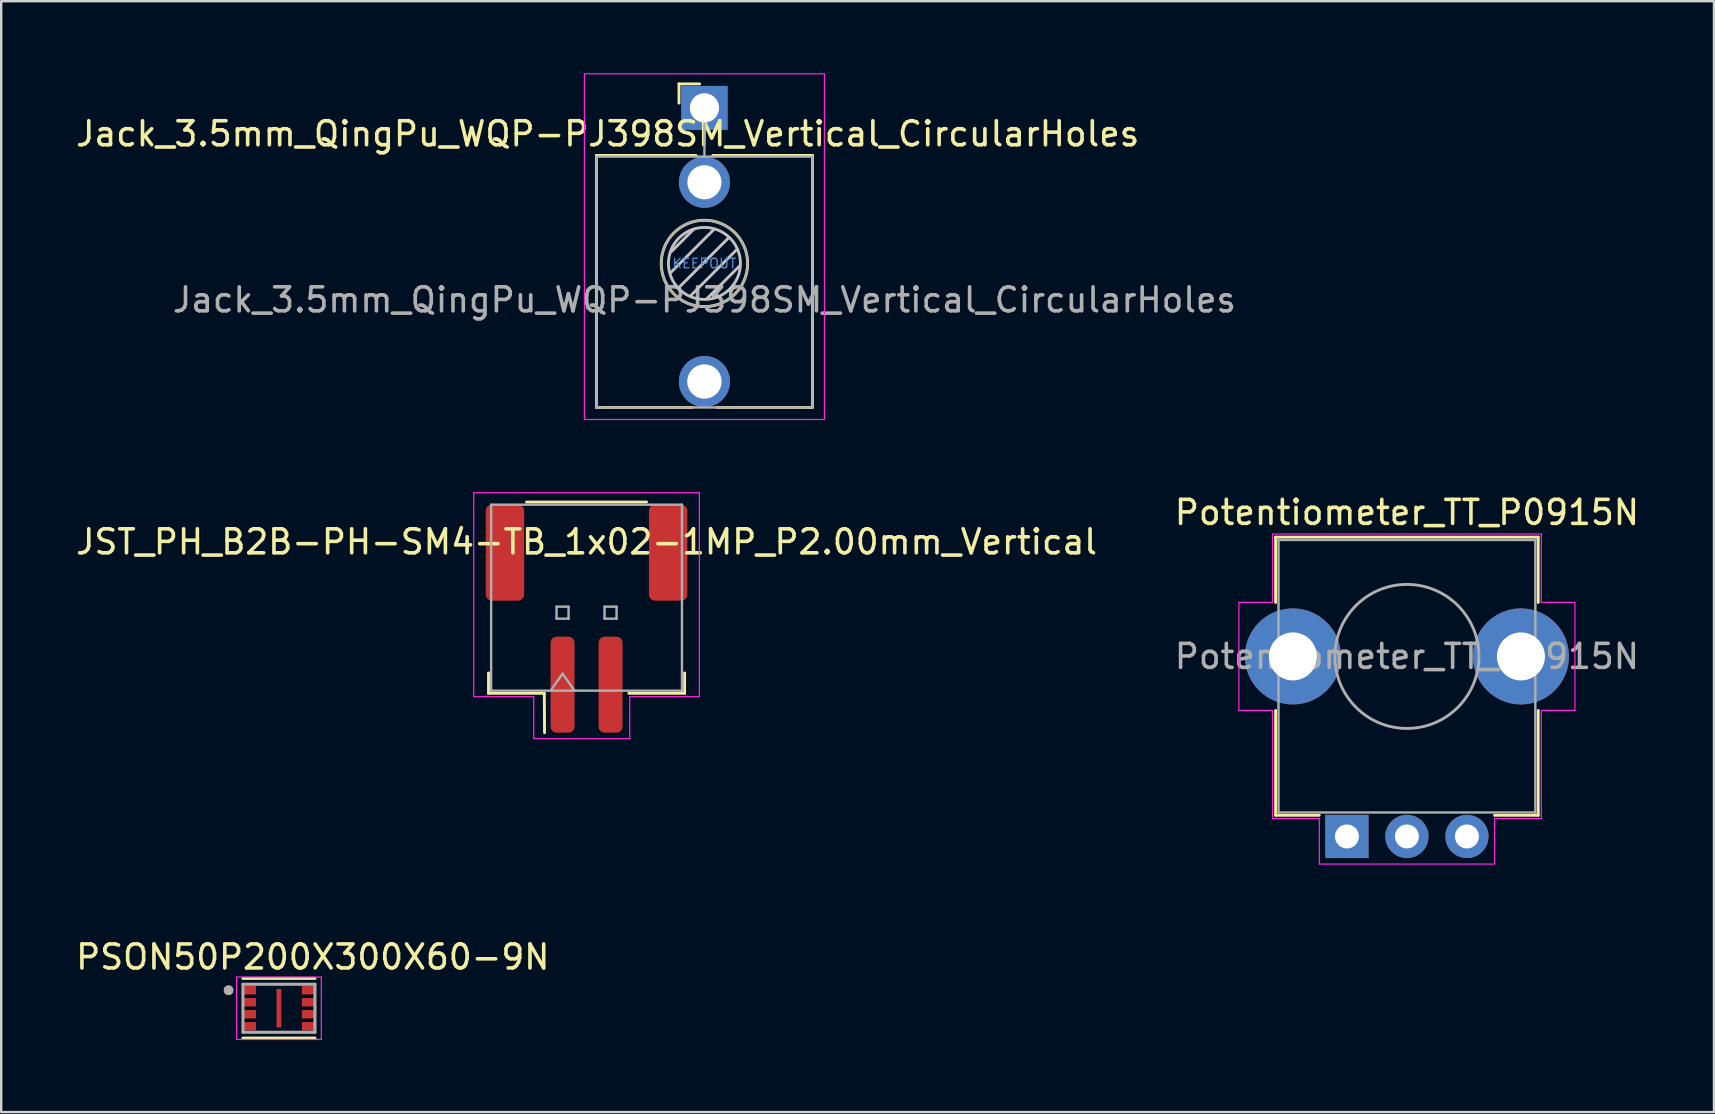
<source format=kicad_pcb>
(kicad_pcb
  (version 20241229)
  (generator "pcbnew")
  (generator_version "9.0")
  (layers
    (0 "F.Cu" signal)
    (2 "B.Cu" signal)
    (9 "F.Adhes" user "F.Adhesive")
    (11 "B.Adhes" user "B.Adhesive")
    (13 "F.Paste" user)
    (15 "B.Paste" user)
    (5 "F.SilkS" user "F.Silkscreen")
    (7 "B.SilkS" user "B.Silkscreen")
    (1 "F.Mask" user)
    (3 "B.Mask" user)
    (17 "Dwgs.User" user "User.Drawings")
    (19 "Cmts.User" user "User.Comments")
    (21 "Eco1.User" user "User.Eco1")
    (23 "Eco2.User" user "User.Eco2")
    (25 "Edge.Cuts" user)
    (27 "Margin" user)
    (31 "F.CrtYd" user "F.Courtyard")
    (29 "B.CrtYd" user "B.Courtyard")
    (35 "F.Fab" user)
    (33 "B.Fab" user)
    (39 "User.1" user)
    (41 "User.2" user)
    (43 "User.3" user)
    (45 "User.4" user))
  (footprint "Jack_3.5mm_QingPu_WQP-PJ398SM_Vertical_CircularHoles"
    (layer "F.Cu")
    (at 26.298 7.925)
    (property "Reference" "Jack_3.5mm_QingPu_WQP-PJ398SM_Vertical_CircularHoles" (at -4.03 -5.4 180) (layer "F.SilkS") (effects (font (size 1 1) (thickness 0.15))))
    (attr through_hole)
    (fp_line (start -4.5 -4.5) (end -4.5 6) (stroke (width 0.12) (type solid)) (layer "F.SilkS"))
    (fp_line (start -1.06 -7.48) (end -1.06 -6.68) (stroke (width 0.12) (type solid)) (layer "F.SilkS"))
    (fp_line (start -1.06 -7.48) (end -0.2 -7.48) (stroke (width 0.12) (type solid)) (layer "F.SilkS"))
    (fp_line (start -0.5 6) (end -4.5 6) (stroke (width 0.12) (type solid)) (layer "F.SilkS"))
    (fp_line (start -0.35 -4.5) (end -4.5 -4.5) (stroke (width 0.12) (type solid)) (layer "F.SilkS"))
    (fp_line (start 4.5 -4.5) (end 0.35 -4.5) (stroke (width 0.12) (type solid)) (layer "F.SilkS"))
    (fp_line (start 4.5 -4.5) (end 4.5 6) (stroke (width 0.12) (type solid)) (layer "F.SilkS"))
    (fp_line (start 4.5 6) (end 0.5 6) (stroke (width 0.12) (type solid)) (layer "F.SilkS"))
    (fp_circle (center 0 0) (end 1.8 0) (stroke (width 0.12) (type solid)) (fill no) (layer "F.SilkS"))
    (fp_line (start -1.42 0.395) (end 0.4 -1.42) (stroke (width 0.12) (type solid)) (layer "Dwgs.User"))
    (fp_line (start -1.41 -0.46) (end -0.46 -1.41) (stroke (width 0.12) (type solid)) (layer "Dwgs.User"))
    (fp_line (start -1.07 1.01) (end 1.01 -1.07) (stroke (width 0.12) (type solid)) (layer "Dwgs.User"))
    (fp_line (start -0.58 1.35) (end 1.36 -0.59) (stroke (width 0.12) (type solid)) (layer "Dwgs.User"))
    (fp_line (start 0.09 1.48) (end 1.48 0.09) (stroke (width 0.12) (type solid)) (layer "Dwgs.User"))
    (fp_circle (center 0 0) (end 1.5 0) (stroke (width 0.12) (type solid)) (fill no) (layer "Dwgs.User"))
    (fp_line (start -5 6.5) (end -5 -7.9) (stroke (width 0.05) (type solid)) (layer "F.CrtYd"))
    (fp_line (start 5 -7.9) (end -5 -7.9) (stroke (width 0.05) (type solid)) (layer "F.CrtYd"))
    (fp_line (start 5 6.5) (end -5 6.5) (stroke (width 0.05) (type solid)) (layer "F.CrtYd"))
    (fp_line (start 5 6.5) (end 5 -7.9) (stroke (width 0.05) (type solid)) (layer "F.CrtYd"))
    (fp_line (start -4.5 6) (end -4.5 -4.4) (stroke (width 0.1) (type solid)) (layer "F.Fab"))
    (fp_line (start 0 -6.48) (end 0 -4.45) (stroke (width 0.1) (type solid)) (layer "F.Fab"))
    (fp_line (start 4.5 -4.45) (end -4.5 -4.45) (stroke (width 0.1) (type solid)) (layer "F.Fab"))
    (fp_line (start 4.5 6) (end -4.5 6) (stroke (width 0.1) (type solid)) (layer "F.Fab"))
    (fp_line (start 4.5 6) (end 4.5 -4.4) (stroke (width 0.1) (type solid)) (layer "F.Fab"))
    (fp_circle (center 0 0) (end 1.8 0) (stroke (width 0.1) (type solid)) (fill no) (layer "F.Fab"))
    (fp_text user "KEEPOUT" (at 0 0 0) (layer "Cmts.User") (effects (font (size 0.4 0.4) (thickness 0.051))))
    (fp_text user "${REFERENCE}" (at 0 1.52 180) (layer "F.Fab") (effects (font (size 1 1) (thickness 0.15))))
    (pad "S" thru_hole rect (at 0 -6.48 180) (size 1.93 1.83) (drill 1.22) (layers "*.Cu" "*.Mask"))
    (pad "T" thru_hole circle (at 0 4.92 180) (size 2.13 2.13) (drill 1.43) (layers "*.Cu" "*.Mask"))
    (pad "TN" thru_hole circle (at 0 -3.38 180) (size 2.13 2.13) (drill 1.42) (layers "*.Cu" "*.Mask")))
  (footprint "PSON50P200X300X60-9N"
    (layer "F.Cu")
    (at 8.572 38.956)
    (property "Reference" "PSON50P200X300X60-9N" (at 1.41 -2.135 0) (layer "F.SilkS") (effects (font (size 1 1) (thickness 0.15))))
    (attr through_hole)
    (fp_line (start -1.5 -1.245) (end 1.5 -1.245) (stroke (width 0.127) (type solid)) (layer "F.SilkS"))
    (fp_line (start 1.5 1.245) (end -1.5 1.245) (stroke (width 0.127) (type solid)) (layer "F.SilkS"))
    (fp_circle (center -2.1 -0.75) (end -2 -0.75) (stroke (width 0.2) (type solid)) (fill no) (layer "F.SilkS"))
    (fp_poly (pts (xy -0.045 -0.76) (xy 0.045 -0.76) (xy 0.045 -0.02) (xy -0.045 -0.02)) (stroke (width 0.01) (type solid)) (fill yes) (layer "F.Paste"))
    (fp_poly (pts (xy -0.045 0.02) (xy 0.045 0.02) (xy 0.045 0.76) (xy -0.045 0.76)) (stroke (width 0.01) (type solid)) (fill yes) (layer "F.Paste"))
    (fp_line (start -1.765 -1.3) (end -1.765 1.3) (stroke (width 0.05) (type solid)) (layer "F.CrtYd"))
    (fp_line (start -1.765 1.3) (end 1.765 1.3) (stroke (width 0.05) (type solid)) (layer "F.CrtYd"))
    (fp_line (start 1.765 -1.3) (end -1.765 -1.3) (stroke (width 0.05) (type solid)) (layer "F.CrtYd"))
    (fp_line (start 1.765 1.3) (end 1.765 -1.3) (stroke (width 0.05) (type solid)) (layer "F.CrtYd"))
    (fp_line (start -1.5 -1) (end 1.5 -1) (stroke (width 0.127) (type solid)) (layer "F.Fab"))
    (fp_line (start -1.5 1) (end -1.5 -1) (stroke (width 0.127) (type solid)) (layer "F.Fab"))
    (fp_line (start 1.5 -1) (end 1.5 1) (stroke (width 0.127) (type solid)) (layer "F.Fab"))
    (fp_line (start 1.5 1) (end -1.5 1) (stroke (width 0.127) (type solid)) (layer "F.Fab"))
    (fp_circle (center -2.1 -0.75) (end -2 -0.75) (stroke (width 0.2) (type solid)) (fill no) (layer "F.Fab"))
    (pad "1" smd rect (at -1.235 -0.75) (size 0.56 0.35) (layers "F.Cu" "F.Mask" "F.Paste"))
    (pad "2" smd rect (at -1.235 -0.25) (size 0.56 0.35) (layers "F.Cu" "F.Mask" "F.Paste"))
    (pad "3" smd rect (at -1.235 0.25) (size 0.56 0.35) (layers "F.Cu" "F.Mask" "F.Paste"))
    (pad "4" smd rect (at -1.235 0.75) (size 0.56 0.35) (layers "F.Cu" "F.Mask" "F.Paste"))
    (pad "5" smd rect (at 1.235 0.75) (size 0.56 0.35) (layers "F.Cu" "F.Mask" "F.Paste"))
    (pad "6" smd rect (at 1.235 0.25) (size 0.56 0.35) (layers "F.Cu" "F.Mask" "F.Paste"))
    (pad "7" smd rect (at 1.235 -0.25) (size 0.56 0.35) (layers "F.Cu" "F.Mask" "F.Paste"))
    (pad "8" smd rect (at 1.235 -0.75) (size 0.56 0.35) (layers "F.Cu" "F.Mask" "F.Paste"))
    (pad "9" smd rect (at 0 0) (size 0.2 1.6) (layers "F.Cu" "F.Mask")))
  (footprint "JST_PH_B2B-PH-SM4-TB_1x02-1MP_P2.00mm_Vertical"
    (layer "F.Cu")
    (at 21.387 24.975)
    (property "Reference" "JST_PH_B2B-PH-SM4-TB_1x02-1MP_P2.00mm_Vertical" (at 0 -5.45 0) (layer "F.SilkS") (effects (font (size 1 1) (thickness 0.15))))
    (attr smd)
    (fp_line (start -4.085 0.01) (end -4.085 0.86) (stroke (width 0.12) (type solid)) (layer "F.SilkS"))
    (fp_line (start -4.085 0.86) (end -1.76 0.86) (stroke (width 0.12) (type solid)) (layer "F.SilkS"))
    (fp_line (start -2.5 -7.11) (end 2.5 -7.11) (stroke (width 0.12) (type solid)) (layer "F.SilkS"))
    (fp_line (start -1.76 0.86) (end -1.75 2.5) (stroke (width 0.12) (type solid)) (layer "F.SilkS"))
    (fp_line (start 4.085 0.01) (end 4.085 0.86) (stroke (width 0.12) (type solid)) (layer "F.SilkS"))
    (fp_line (start 4.085 0.86) (end 1.76 0.86) (stroke (width 0.12) (type solid)) (layer "F.SilkS"))
    (fp_line (start -4.7 -7.5) (end -4.7 1) (stroke (width 0.05) (type solid)) (layer "F.CrtYd"))
    (fp_line (start -4.7 1) (end -2.2 1) (stroke (width 0.05) (type solid)) (layer "F.CrtYd"))
    (fp_line (start -2.2 2.75) (end -2.2 1) (stroke (width 0.05) (type solid)) (layer "F.CrtYd"))
    (fp_line (start -2.2 2.75) (end 1.8 2.75) (stroke (width 0.05) (type solid)) (layer "F.CrtYd"))
    (fp_line (start 1.8 2.75) (end 1.8 1) (stroke (width 0.05) (type solid)) (layer "F.CrtYd"))
    (fp_line (start 4.7 -7.5) (end -4.7 -7.5) (stroke (width 0.05) (type solid)) (layer "F.CrtYd"))
    (fp_line (start 4.7 1) (end 1.8 1) (stroke (width 0.05) (type solid)) (layer "F.CrtYd"))
    (fp_line (start 4.7 1) (end 4.7 -7.5) (stroke (width 0.05) (type solid)) (layer "F.CrtYd"))
    (fp_line (start -3.975 -7) (end 3.975 -7) (stroke (width 0.1) (type solid)) (layer "F.Fab"))
    (fp_line (start -3.975 0.75) (end -3.975 -7) (stroke (width 0.1) (type solid)) (layer "F.Fab"))
    (fp_line (start -3.975 0.75) (end 3.975 0.75) (stroke (width 0.1) (type solid)) (layer "F.Fab"))
    (fp_line (start -1.5 0.75) (end -1 0.043) (stroke (width 0.1) (type solid)) (layer "F.Fab"))
    (fp_line (start -1.25 -2.75) (end -1.25 -2.25) (stroke (width 0.1) (type solid)) (layer "F.Fab"))
    (fp_line (start -1.25 -2.25) (end -0.75 -2.25) (stroke (width 0.1) (type solid)) (layer "F.Fab"))
    (fp_line (start -1 0.043) (end -0.5 0.75) (stroke (width 0.1) (type solid)) (layer "F.Fab"))
    (fp_line (start -0.75 -2.75) (end -1.25 -2.75) (stroke (width 0.1) (type solid)) (layer "F.Fab"))
    (fp_line (start -0.75 -2.25) (end -0.75 -2.75) (stroke (width 0.1) (type solid)) (layer "F.Fab"))
    (fp_line (start 0.75 -2.75) (end 0.75 -2.25) (stroke (width 0.1) (type solid)) (layer "F.Fab"))
    (fp_line (start 0.75 -2.25) (end 1.25 -2.25) (stroke (width 0.1) (type solid)) (layer "F.Fab"))
    (fp_line (start 1.25 -2.75) (end 0.75 -2.75) (stroke (width 0.1) (type solid)) (layer "F.Fab"))
    (fp_line (start 1.25 -2.25) (end 1.25 -2.75) (stroke (width 0.1) (type solid)) (layer "F.Fab"))
    (fp_line (start 3.975 0.75) (end 3.975 -7) (stroke (width 0.1) (type solid)) (layer "F.Fab"))
    (pad "1" smd roundrect (at -1 0.5) (size 1 4) (layers "F.Cu" "F.Mask" "F.Paste") (roundrect_rratio 0.25))
    (pad "2" smd roundrect (at 1 0.5) (size 1 4) (layers "F.Cu" "F.Mask" "F.Paste") (roundrect_rratio 0.25))
    (pad "MP" smd roundrect (at -3.4 -5) (size 1.6 4) (layers "F.Cu" "F.Mask" "F.Paste") (roundrect_rratio 0.156))
    (pad "MP" smd roundrect (at 3.4 -5) (size 1.6 4) (layers "F.Cu" "F.Mask" "F.Paste") (roundrect_rratio 0.156)))
  (footprint "Potentiometer_TT_P0915N"
    (layer "F.Cu")
    (at 55.565 24.298)
    (property "Reference" "Potentiometer_TT_P0915N" (at 0 -6 0) (layer "F.SilkS") (effects (font (size 1 1) (thickness 0.15))))
    (attr through_hole)
    (fp_line (start -5.47 -4.97) (end -5.47 -2.25) (stroke (width 0.12) (type solid)) (layer "F.SilkS"))
    (fp_line (start -5.47 2.25) (end -5.47 6.62) (stroke (width 0.12) (type solid)) (layer "F.SilkS"))
    (fp_line (start -3.65 6.62) (end -5.47 6.62) (stroke (width 0.12) (type solid)) (layer "F.SilkS"))
    (fp_line (start 5.47 -4.97) (end -5.47 -4.97) (stroke (width 0.12) (type solid)) (layer "F.SilkS"))
    (fp_line (start 5.47 -4.97) (end 5.47 -2.25) (stroke (width 0.12) (type solid)) (layer "F.SilkS"))
    (fp_line (start 5.47 2.25) (end 5.47 6.62) (stroke (width 0.12) (type solid)) (layer "F.SilkS"))
    (fp_line (start 5.47 6.62) (end 3.65 6.62) (stroke (width 0.12) (type solid)) (layer "F.SilkS"))
    (fp_line (start -7 2.25) (end -7 -2.25) (stroke (width 0.05) (type solid)) (layer "F.CrtYd"))
    (fp_line (start -5.6 -5.1) (end 5.6 -5.1) (stroke (width 0.05) (type solid)) (layer "F.CrtYd"))
    (fp_line (start -5.6 -2.25) (end -7 -2.25) (stroke (width 0.05) (type solid)) (layer "F.CrtYd"))
    (fp_line (start -5.6 -2.25) (end -5.6 -5.1) (stroke (width 0.05) (type solid)) (layer "F.CrtYd"))
    (fp_line (start -5.6 2.25) (end -7 2.25) (stroke (width 0.05) (type solid)) (layer "F.CrtYd"))
    (fp_line (start -5.6 6.75) (end -5.6 2.25) (stroke (width 0.05) (type solid)) (layer "F.CrtYd"))
    (fp_line (start -3.65 6.75) (end -5.6 6.75) (stroke (width 0.05) (type solid)) (layer "F.CrtYd"))
    (fp_line (start -3.65 8.65) (end -3.65 6.75) (stroke (width 0.05) (type solid)) (layer "F.CrtYd"))
    (fp_line (start 3.65 8.65) (end -3.65 8.65) (stroke (width 0.05) (type solid)) (layer "F.CrtYd"))
    (fp_line (start 3.65 8.65) (end 3.65 6.75) (stroke (width 0.05) (type solid)) (layer "F.CrtYd"))
    (fp_line (start 5.6 -2.25) (end 5.6 -5.1) (stroke (width 0.05) (type solid)) (layer "F.CrtYd"))
    (fp_line (start 5.6 6.75) (end 3.65 6.75) (stroke (width 0.05) (type solid)) (layer "F.CrtYd"))
    (fp_line (start 5.6 6.75) (end 5.6 2.25) (stroke (width 0.05) (type solid)) (layer "F.CrtYd"))
    (fp_line (start 7 -2.25) (end 5.6 -2.25) (stroke (width 0.05) (type solid)) (layer "F.CrtYd"))
    (fp_line (start 7 2.25) (end 5.6 2.25) (stroke (width 0.05) (type solid)) (layer "F.CrtYd"))
    (fp_line (start 7 2.25) (end 7 -2.25) (stroke (width 0.05) (type solid)) (layer "F.CrtYd"))
    (fp_line (start -5.35 -4.85) (end 5.35 -4.85) (stroke (width 0.1) (type solid)) (layer "F.Fab"))
    (fp_line (start -5.35 6.5) (end -5.35 -4.85) (stroke (width 0.1) (type solid)) (layer "F.Fab"))
    (fp_line (start 5.35 -4.85) (end 5.35 6.5) (stroke (width 0.1) (type solid)) (layer "F.Fab"))
    (fp_line (start 5.35 6.5) (end -5.35 6.5) (stroke (width 0.1) (type solid)) (layer "F.Fab"))
    (fp_circle (center 0 0) (end 3 0) (stroke (width 0.12) (type solid)) (fill no) (layer "F.Fab"))
    (fp_text user "${REFERENCE}" (at 0 0 0) (layer "F.Fab") (effects (font (size 1 1) (thickness 0.15))))
    (pad "" thru_hole oval (at -4.75 0) (size 4 4) (drill 2) (layers "*.Cu" "*.Mask"))
    (pad "" thru_hole oval (at 4.75 0) (size 4 4) (drill 2) (layers "*.Cu" "*.Mask"))
    (pad "1" thru_hole rect (at -2.5 7.5) (size 1.8 1.8) (drill 1) (layers "*.Cu" "*.Mask"))
    (pad "2" thru_hole circle (at 0 7.5) (size 1.8 1.8) (drill 1) (layers "*.Cu" "*.Mask"))
    (pad "3" thru_hole circle (at 2.5 7.5) (size 1.8 1.8) (drill 1) (layers "*.Cu" "*.Mask")))
  (gr_rect
    (start -3 -3)
    (end 68.357 43.282)
    (stroke (width 0.1) (type default))
    (fill no)
    (layer "Edge.Cuts")))
</source>
